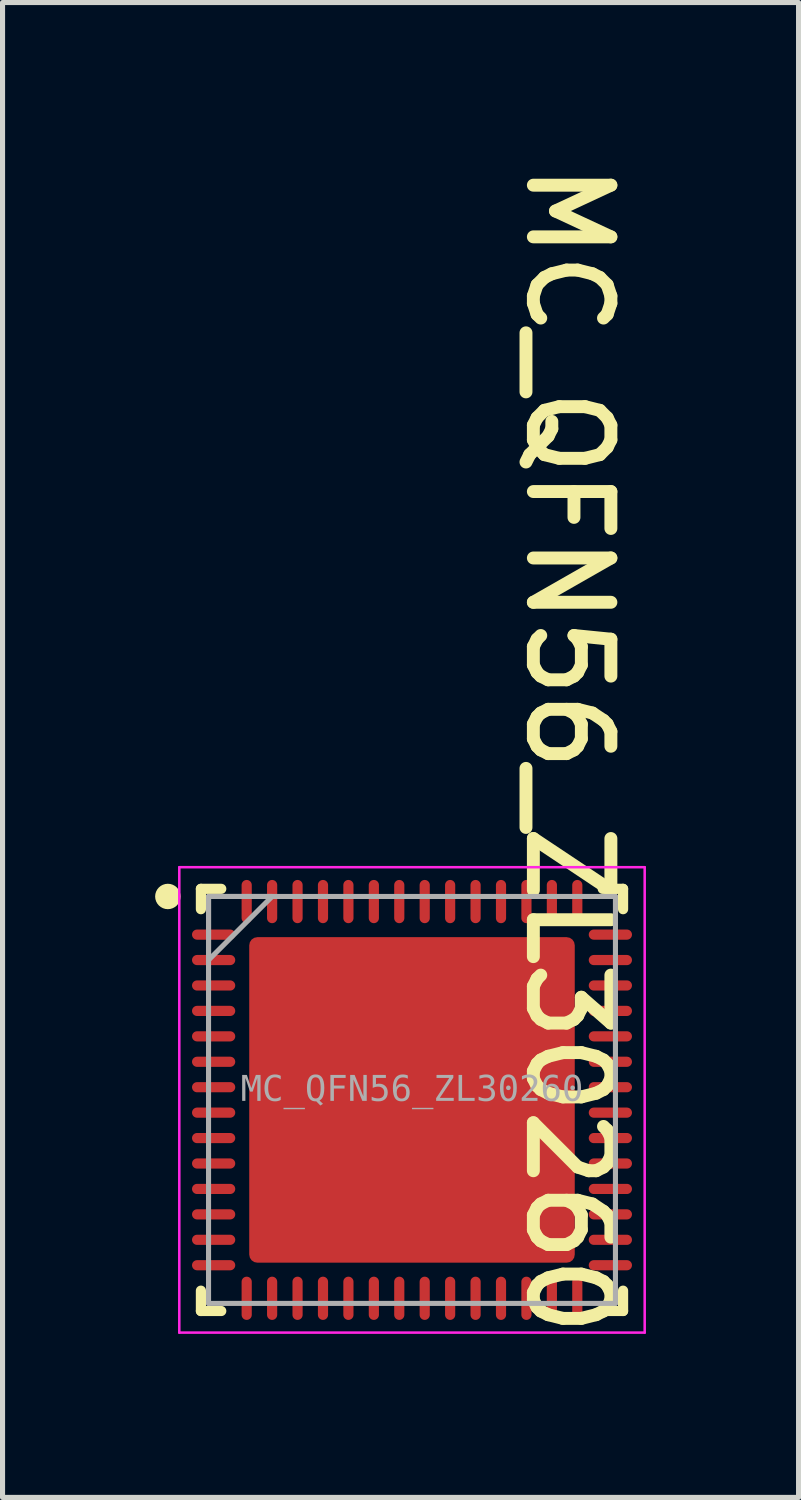
<source format=kicad_pcb>
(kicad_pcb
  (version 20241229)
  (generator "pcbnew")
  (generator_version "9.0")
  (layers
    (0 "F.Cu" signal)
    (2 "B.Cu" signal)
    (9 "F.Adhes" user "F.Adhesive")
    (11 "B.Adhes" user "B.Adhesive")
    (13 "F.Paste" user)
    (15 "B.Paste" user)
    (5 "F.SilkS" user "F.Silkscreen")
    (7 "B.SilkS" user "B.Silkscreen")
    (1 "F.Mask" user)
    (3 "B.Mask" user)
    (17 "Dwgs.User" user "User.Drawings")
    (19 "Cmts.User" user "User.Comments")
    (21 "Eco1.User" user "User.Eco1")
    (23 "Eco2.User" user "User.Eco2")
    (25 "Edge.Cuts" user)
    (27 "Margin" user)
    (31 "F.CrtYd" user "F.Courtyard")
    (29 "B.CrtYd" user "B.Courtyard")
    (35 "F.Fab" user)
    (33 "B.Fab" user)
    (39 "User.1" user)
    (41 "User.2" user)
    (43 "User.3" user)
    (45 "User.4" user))
  (footprint "MC_QFN56_ZL30260"
    (layer "F.Cu")
    (at 5.05 18.575)
    (property "Reference" "MC_QFN56_ZL30260" (at 3.078 -6.881 270) (unlocked yes) (layer "F.SilkS") (effects (font (size 1.524 1.524) (thickness 0.254))))
    (fp_line (start -4.15 -4.15) (end -4.15 -3.75) (stroke (width 0.2) (type solid)) (layer "F.SilkS"))
    (fp_line (start -4.15 -4.15) (end -3.75 -4.15) (stroke (width 0.2) (type solid)) (layer "F.SilkS"))
    (fp_line (start -4.15 3.75) (end -4.15 4.15) (stroke (width 0.2) (type solid)) (layer "F.SilkS"))
    (fp_line (start -4.15 4.15) (end -3.75 4.15) (stroke (width 0.2) (type solid)) (layer "F.SilkS"))
    (fp_line (start 3.75 -4.15) (end 4.15 -4.15) (stroke (width 0.2) (type solid)) (layer "F.SilkS"))
    (fp_line (start 3.75 4.15) (end 4.15 4.15) (stroke (width 0.2) (type solid)) (layer "F.SilkS"))
    (fp_line (start 4.15 -4.15) (end 4.15 -3.75) (stroke (width 0.2) (type solid)) (layer "F.SilkS"))
    (fp_line (start 4.15 3.75) (end 4.15 4.15) (stroke (width 0.2) (type solid)) (layer "F.SilkS"))
    (fp_circle (center -4.8 -4) (end -4.675 -4) (stroke (width 0.25) (type solid)) (fill no) (layer "F.SilkS"))
    (fp_poly (pts (xy -1.2 -3.1) (xy -3.1 -3.1) (xy -3.1 -1.2) (xy -1.2 -1.2)) (stroke (width 0) (type default)) (fill yes) (layer "F.Paste"))
    (fp_poly (pts (xy -1.2 -0.95) (xy -1.2 0.95) (xy -3.1 0.95) (xy -3.1 -0.95)) (stroke (width 0) (type default)) (fill yes) (layer "F.Paste"))
    (fp_poly (pts (xy -1.2 3.1) (xy -3.1 3.1) (xy -3.1 1.2) (xy -1.2 1.2)) (stroke (width 0) (type default)) (fill yes) (layer "F.Paste"))
    (fp_poly (pts (xy -0.95 -1.2) (xy 0.95 -1.2) (xy 0.95 -3.1) (xy -0.95 -3.1)) (stroke (width 0) (type default)) (fill yes) (layer "F.Paste"))
    (fp_poly (pts (xy -0.95 1.2) (xy 0.95 1.2) (xy 0.95 3.1) (xy -0.95 3.1)) (stroke (width 0) (type default)) (fill yes) (layer "F.Paste"))
    (fp_poly (pts (xy 0.95 -0.95) (xy 0.95 0.95) (xy -0.95 0.95) (xy -0.95 -0.95)) (stroke (width 0) (type default)) (fill yes) (layer "F.Paste"))
    (fp_poly (pts (xy 1.2 -3.1) (xy 3.1 -3.1) (xy 3.1 -1.2) (xy 1.2 -1.2)) (stroke (width 0) (type default)) (fill yes) (layer "F.Paste"))
    (fp_poly (pts (xy 1.2 3.1) (xy 3.1 3.1) (xy 3.1 1.2) (xy 1.2 1.2)) (stroke (width 0) (type default)) (fill yes) (layer "F.Paste"))
    (fp_poly (pts (xy 3.1 -0.95) (xy 3.1 0.95) (xy 1.2 0.95) (xy 1.2 -0.95)) (stroke (width 0) (type default)) (fill yes) (layer "F.Paste"))
    (fp_line (start -4.575 -4.575) (end -4.575 4.575) (stroke (width 0.05) (type solid)) (layer "F.CrtYd"))
    (fp_line (start -4.575 -4.575) (end 4.575 -4.575) (stroke (width 0.05) (type solid)) (layer "F.CrtYd"))
    (fp_line (start -4.575 4.575) (end 4.575 4.575) (stroke (width 0.05) (type solid)) (layer "F.CrtYd"))
    (fp_line (start 4.575 -4.575) (end 4.575 4.575) (stroke (width 0.05) (type solid)) (layer "F.CrtYd"))
    (fp_line (start -4 -4) (end -4 4) (stroke (width 0.1) (type solid)) (layer "F.Fab"))
    (fp_line (start -4 -4) (end 4 -4) (stroke (width 0.1) (type solid)) (layer "F.Fab"))
    (fp_line (start -4 4) (end 4 4) (stroke (width 0.1) (type solid)) (layer "F.Fab"))
    (fp_line (start 4 -4) (end 4 4) (stroke (width 0.1) (type solid)) (layer "F.Fab"))
    (fp_poly (pts (xy -4 -2.75) (xy -2.75 -4) (xy -4 -4)) (stroke (width 0.1) (type default)) (fill no) (layer "F.Fab"))
    (fp_line (start -0.5 0) (end 0.5 0) (stroke (width 0.1) (type solid)) (layer "User.1"))
    (fp_line (start 0 -0.5) (end 0 0.5) (stroke (width 0.1) (type solid)) (layer "User.1"))
    (fp_text user "${REFERENCE}" (at -0.000005 -0.189 0) (unlocked yes) (layer "F.Fab") (effects (font (face "Consolas") (size 0.5 0.5) (thickness 0.254))))
    (pad "1" smd oval (at -3.9 -3.25 90) (size 0.2 0.85) (layers "F.Cu" "F.Mask" "F.Paste"))
    (pad "2" smd oval (at -3.9 -2.75 90) (size 0.2 0.85) (layers "F.Cu" "F.Mask" "F.Paste"))
    (pad "3" smd oval (at -3.9 -2.25 90) (size 0.2 0.85) (layers "F.Cu" "F.Mask" "F.Paste"))
    (pad "4" smd oval (at -3.9 -1.75 90) (size 0.2 0.85) (layers "F.Cu" "F.Mask" "F.Paste"))
    (pad "5" smd oval (at -3.9 -1.25 90) (size 0.2 0.85) (layers "F.Cu" "F.Mask" "F.Paste"))
    (pad "6" smd oval (at -3.9 -0.75 90) (size 0.2 0.85) (layers "F.Cu" "F.Mask" "F.Paste"))
    (pad "7" smd oval (at -3.9 -0.25 90) (size 0.2 0.85) (layers "F.Cu" "F.Mask" "F.Paste"))
    (pad "8" smd oval (at -3.9 0.25 90) (size 0.2 0.85) (layers "F.Cu" "F.Mask" "F.Paste"))
    (pad "9" smd oval (at -3.9 0.75 90) (size 0.2 0.85) (layers "F.Cu" "F.Mask" "F.Paste"))
    (pad "10" smd oval (at -3.9 1.25 90) (size 0.2 0.85) (layers "F.Cu" "F.Mask" "F.Paste"))
    (pad "11" smd oval (at -3.9 1.75 90) (size 0.2 0.85) (layers "F.Cu" "F.Mask" "F.Paste"))
    (pad "12" smd oval (at -3.9 2.25 90) (size 0.2 0.85) (layers "F.Cu" "F.Mask" "F.Paste"))
    (pad "13" smd oval (at -3.9 2.75 90) (size 0.2 0.85) (layers "F.Cu" "F.Mask" "F.Paste"))
    (pad "14" smd oval (at -3.9 3.25 90) (size 0.2 0.85) (layers "F.Cu" "F.Mask" "F.Paste"))
    (pad "15" smd oval (at -3.25 3.9) (size 0.2 0.85) (layers "F.Cu" "F.Mask" "F.Paste"))
    (pad "16" smd oval (at -2.75 3.9) (size 0.2 0.85) (layers "F.Cu" "F.Mask" "F.Paste"))
    (pad "17" smd oval (at -2.25 3.9) (size 0.2 0.85) (layers "F.Cu" "F.Mask" "F.Paste"))
    (pad "18" smd oval (at -1.75 3.9) (size 0.2 0.85) (layers "F.Cu" "F.Mask" "F.Paste"))
    (pad "19" smd oval (at -1.25 3.9) (size 0.2 0.85) (layers "F.Cu" "F.Mask" "F.Paste"))
    (pad "20" smd oval (at -0.75 3.9) (size 0.2 0.85) (layers "F.Cu" "F.Mask" "F.Paste"))
    (pad "21" smd oval (at -0.25 3.9) (size 0.2 0.85) (layers "F.Cu" "F.Mask" "F.Paste"))
    (pad "22" smd oval (at 0.25 3.9) (size 0.2 0.85) (layers "F.Cu" "F.Mask" "F.Paste"))
    (pad "23" smd oval (at 0.75 3.9) (size 0.2 0.85) (layers "F.Cu" "F.Mask" "F.Paste"))
    (pad "24" smd oval (at 1.25 3.9) (size 0.2 0.85) (layers "F.Cu" "F.Mask" "F.Paste"))
    (pad "25" smd oval (at 1.75 3.9) (size 0.2 0.85) (layers "F.Cu" "F.Mask" "F.Paste"))
    (pad "26" smd oval (at 2.25 3.9) (size 0.2 0.85) (layers "F.Cu" "F.Mask" "F.Paste"))
    (pad "27" smd oval (at 2.75 3.9) (size 0.2 0.85) (layers "F.Cu" "F.Mask" "F.Paste"))
    (pad "28" smd oval (at 3.25 3.9) (size 0.2 0.85) (layers "F.Cu" "F.Mask" "F.Paste"))
    (pad "29" smd oval (at 3.9 3.25 90) (size 0.2 0.85) (layers "F.Cu" "F.Mask" "F.Paste"))
    (pad "30" smd oval (at 3.9 2.75 90) (size 0.2 0.85) (layers "F.Cu" "F.Mask" "F.Paste"))
    (pad "31" smd oval (at 3.9 2.25 90) (size 0.2 0.85) (layers "F.Cu" "F.Mask" "F.Paste"))
    (pad "32" smd oval (at 3.9 1.75 90) (size 0.2 0.85) (layers "F.Cu" "F.Mask" "F.Paste"))
    (pad "33" smd oval (at 3.9 1.25 90) (size 0.2 0.85) (layers "F.Cu" "F.Mask" "F.Paste"))
    (pad "34" smd oval (at 3.9 0.75 90) (size 0.2 0.85) (layers "F.Cu" "F.Mask" "F.Paste"))
    (pad "35" smd oval (at 3.9 0.25 90) (size 0.2 0.85) (layers "F.Cu" "F.Mask" "F.Paste"))
    (pad "36" smd oval (at 3.9 -0.25 90) (size 0.2 0.85) (layers "F.Cu" "F.Mask" "F.Paste"))
    (pad "37" smd oval (at 3.9 -0.75 90) (size 0.2 0.85) (layers "F.Cu" "F.Mask" "F.Paste"))
    (pad "38" smd oval (at 3.9 -1.25 90) (size 0.2 0.85) (layers "F.Cu" "F.Mask" "F.Paste"))
    (pad "39" smd oval (at 3.9 -1.75 90) (size 0.2 0.85) (layers "F.Cu" "F.Mask" "F.Paste"))
    (pad "40" smd oval (at 3.9 -2.25 90) (size 0.2 0.85) (layers "F.Cu" "F.Mask" "F.Paste"))
    (pad "41" smd oval (at 3.9 -2.75 90) (size 0.2 0.85) (layers "F.Cu" "F.Mask" "F.Paste"))
    (pad "42" smd oval (at 3.9 -3.25 90) (size 0.2 0.85) (layers "F.Cu" "F.Mask" "F.Paste"))
    (pad "43" smd oval (at 3.25 -3.9) (size 0.2 0.85) (layers "F.Cu" "F.Mask" "F.Paste"))
    (pad "44" smd oval (at 2.75 -3.9) (size 0.2 0.85) (layers "F.Cu" "F.Mask" "F.Paste"))
    (pad "45" smd oval (at 2.25 -3.9) (size 0.2 0.85) (layers "F.Cu" "F.Mask" "F.Paste"))
    (pad "46" smd oval (at 1.75 -3.9) (size 0.2 0.85) (layers "F.Cu" "F.Mask" "F.Paste"))
    (pad "47" smd oval (at 1.25 -3.9) (size 0.2 0.85) (layers "F.Cu" "F.Mask" "F.Paste"))
    (pad "48" smd oval (at 0.75 -3.9) (size 0.2 0.85) (layers "F.Cu" "F.Mask" "F.Paste"))
    (pad "49" smd oval (at 0.25 -3.9) (size 0.2 0.85) (layers "F.Cu" "F.Mask" "F.Paste"))
    (pad "50" smd oval (at -0.25 -3.9) (size 0.2 0.85) (layers "F.Cu" "F.Mask" "F.Paste"))
    (pad "51" smd oval (at -0.75 -3.9) (size 0.2 0.85) (layers "F.Cu" "F.Mask" "F.Paste"))
    (pad "52" smd oval (at -1.25 -3.9) (size 0.2 0.85) (layers "F.Cu" "F.Mask" "F.Paste"))
    (pad "53" smd oval (at -1.75 -3.9) (size 0.2 0.85) (layers "F.Cu" "F.Mask" "F.Paste"))
    (pad "54" smd oval (at -2.25 -3.9) (size 0.2 0.85) (layers "F.Cu" "F.Mask" "F.Paste"))
    (pad "55" smd oval (at -2.75 -3.9) (size 0.2 0.85) (layers "F.Cu" "F.Mask" "F.Paste"))
    (pad "56" smd oval (at -3.25 -3.9) (size 0.2 0.85) (layers "F.Cu" "F.Mask" "F.Paste"))
    (pad "57" smd roundrect (at 0 0) (size 6.4 6.4) (layers "F.Cu" "F.Mask" "F.Paste") (roundrect_rratio 0.025)))
  (gr_rect
    (start -3 -3)
    (end 12.65 26.39)
    (stroke (width 0.1) (type default))
    (fill no)
    (layer "Edge.Cuts")))
</source>
